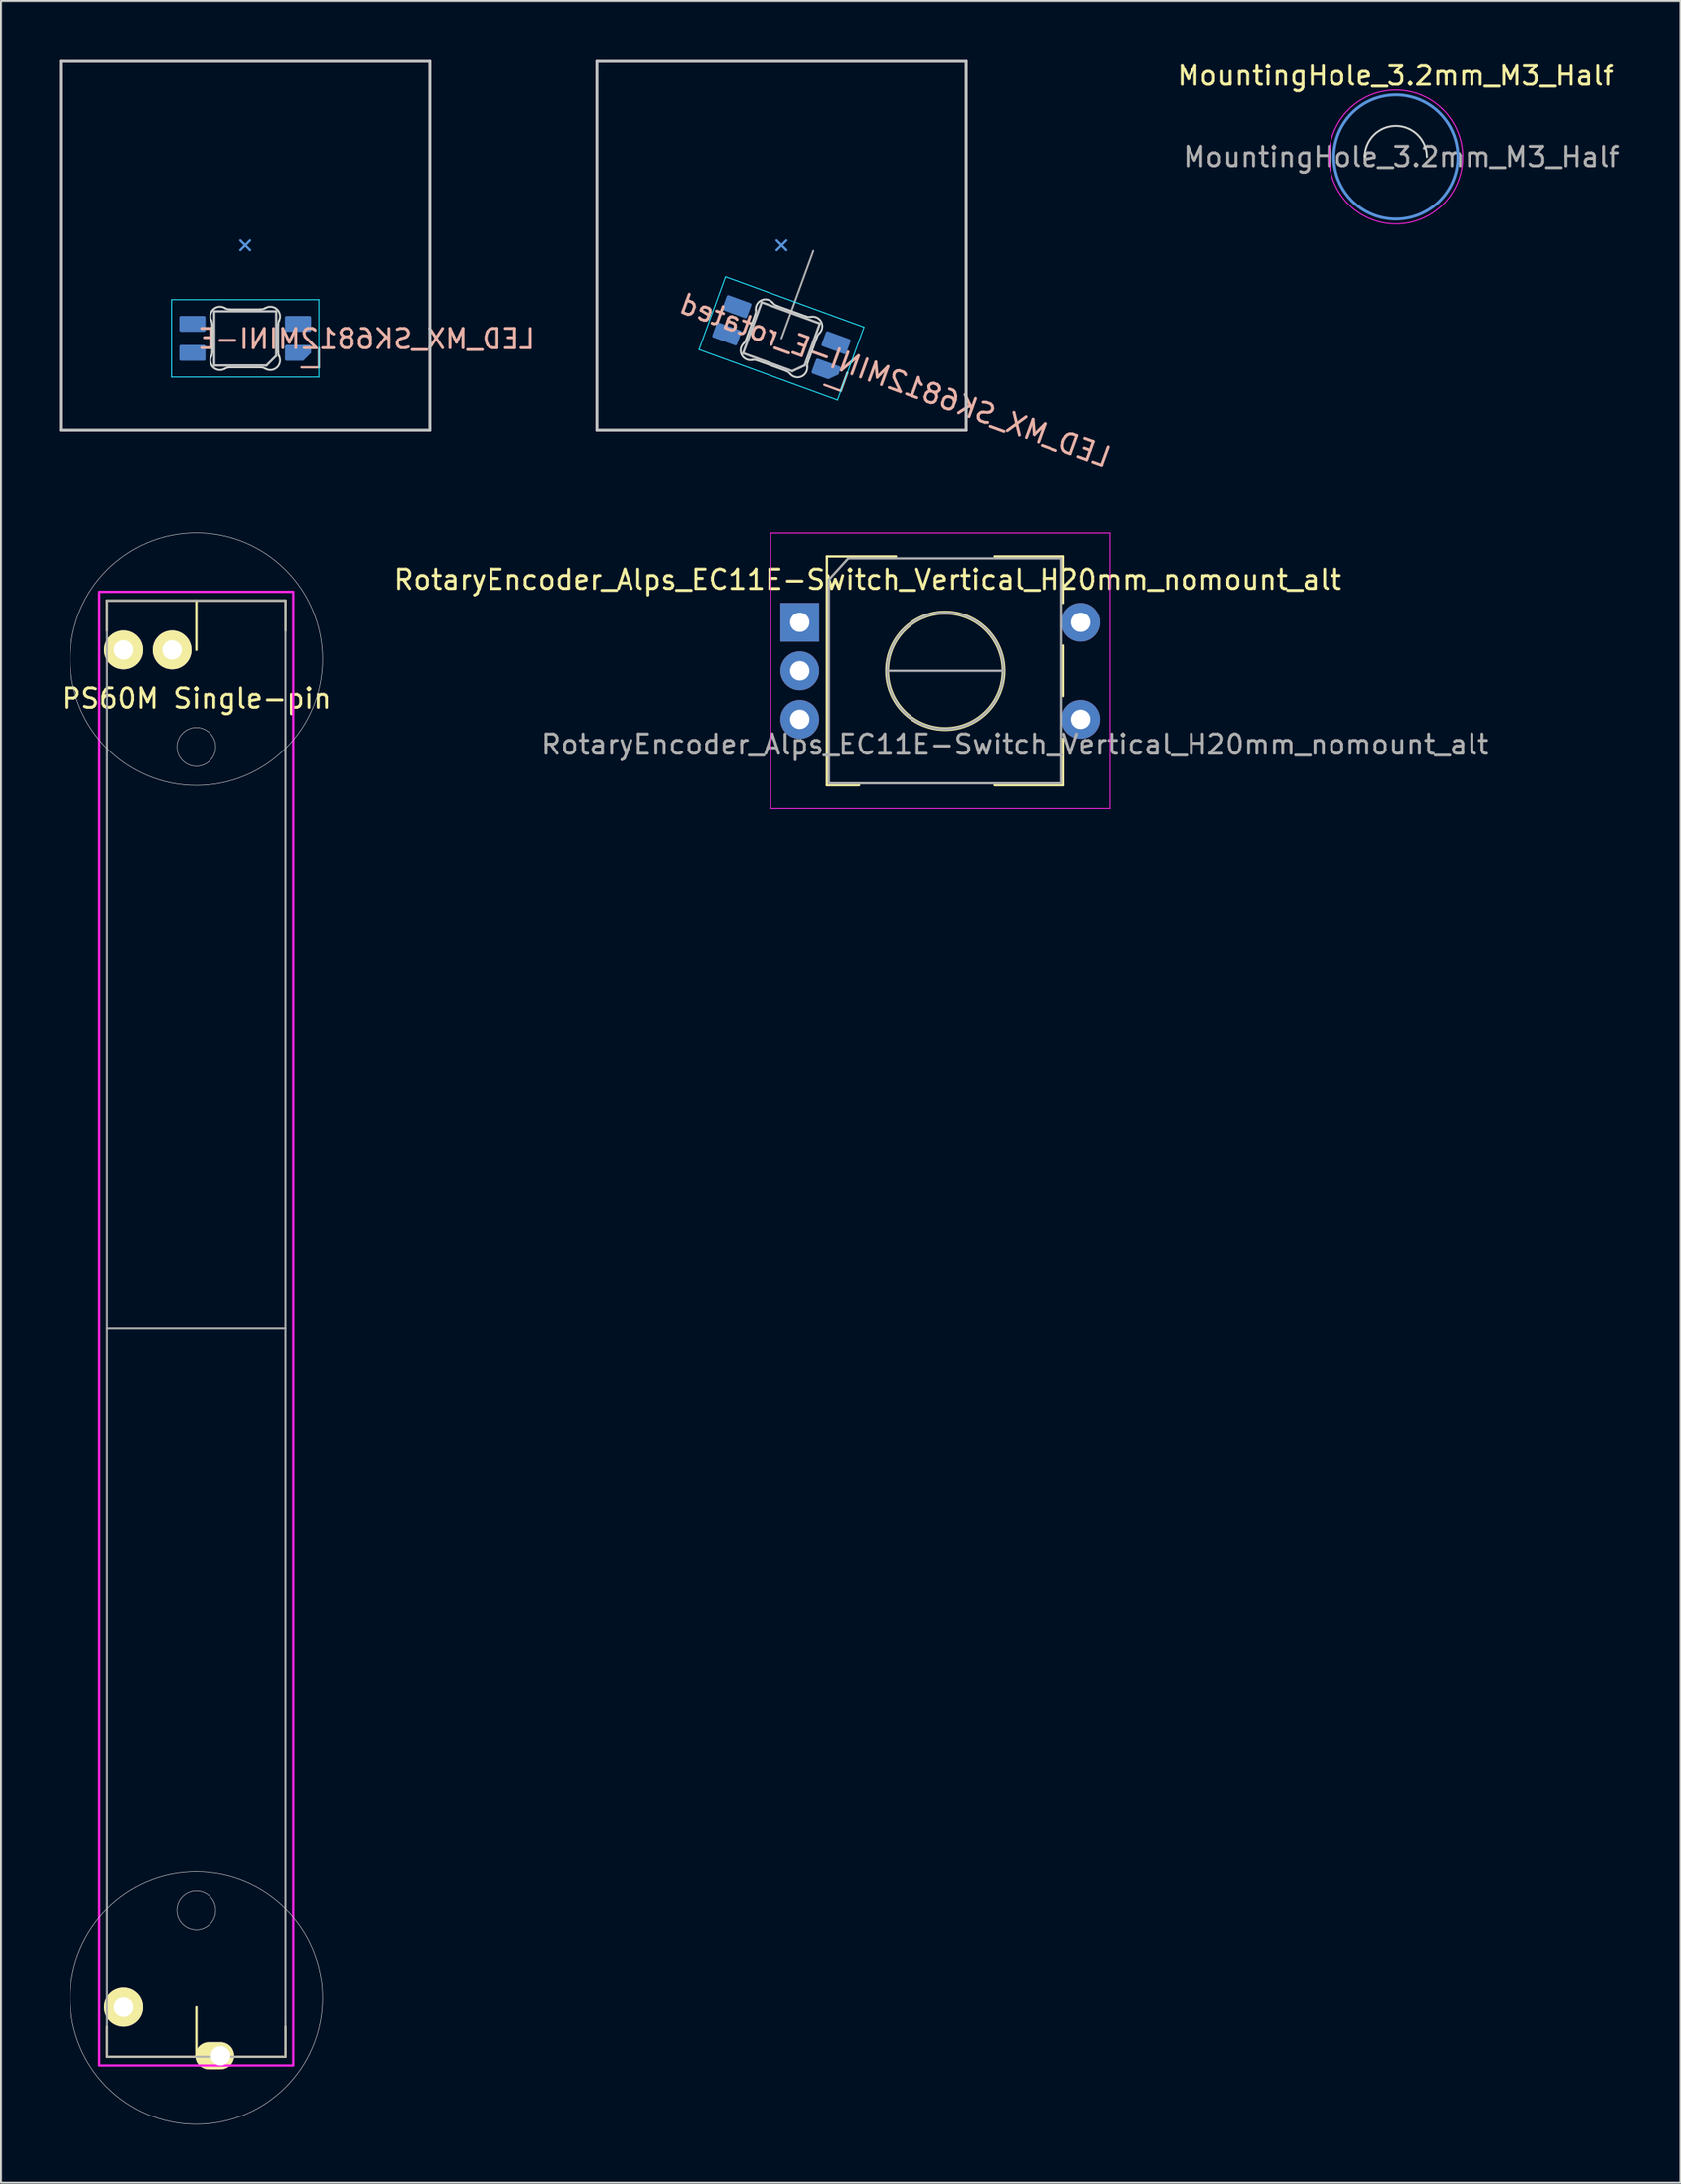
<source format=kicad_pcb>
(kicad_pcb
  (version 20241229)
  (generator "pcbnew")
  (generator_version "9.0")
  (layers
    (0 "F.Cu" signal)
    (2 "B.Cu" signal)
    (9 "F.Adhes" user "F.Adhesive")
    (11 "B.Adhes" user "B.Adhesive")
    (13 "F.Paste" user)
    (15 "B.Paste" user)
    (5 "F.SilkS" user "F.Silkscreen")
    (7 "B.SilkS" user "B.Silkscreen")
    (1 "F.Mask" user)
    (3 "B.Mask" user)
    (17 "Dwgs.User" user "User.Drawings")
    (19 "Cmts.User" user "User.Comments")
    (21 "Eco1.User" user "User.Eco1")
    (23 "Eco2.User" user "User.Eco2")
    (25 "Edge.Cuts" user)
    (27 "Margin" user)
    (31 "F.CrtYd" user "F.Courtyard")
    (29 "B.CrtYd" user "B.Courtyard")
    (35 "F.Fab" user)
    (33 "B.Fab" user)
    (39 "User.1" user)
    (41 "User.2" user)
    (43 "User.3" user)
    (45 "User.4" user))
  (footprint "LED_MX_SK6812MINI-E_rotated"
    (layer "F.Cu")
    (at 37.265 9.6)
    (property "Reference" "LED_MX_SK6812MINI-E_rotated" (at 5.863 6.966 340) (layer "B.SilkS") (effects (font (size 1 1) (thickness 0.15)) (justify mirror)))
    (attr smd)
    (fp_line (start 3.058 7.509) (end 2.212 7.201) (stroke (width 0.12) (type solid)) (layer "B.SilkS"))
    (fp_line (start 3.4 6.57) (end 3.058 7.509) (stroke (width 0.12) (type solid)) (layer "B.SilkS"))
    (fp_line (start -9.525 -9.525) (end 9.525 -9.525) (stroke (width 0.15) (type solid)) (layer "Dwgs.User"))
    (fp_line (start -9.525 9.525) (end -9.525 -9.525) (stroke (width 0.15) (type solid)) (layer "Dwgs.User"))
    (fp_line (start -1.982 5.568) (end 0.555 6.492) (stroke (width 0.12) (type solid)) (layer "Dwgs.User"))
    (fp_line (start -1.025 2.937) (end -1.982 5.568) (stroke (width 0.12) (type solid)) (layer "Dwgs.User"))
    (fp_line (start 1.196 6.193) (end 0.555 6.492) (stroke (width 0.12) (type solid)) (layer "Dwgs.User"))
    (fp_line (start 1.196 6.193) (end 1.982 4.032) (stroke (width 0.12) (type solid)) (layer "Dwgs.User"))
    (fp_line (start 1.982 4.032) (end -1.025 2.937) (stroke (width 0.12) (type solid)) (layer "Dwgs.User"))
    (fp_line (start 9.525 -9.525) (end 9.525 9.525) (stroke (width 0.15) (type solid)) (layer "Dwgs.User"))
    (fp_line (start 9.525 9.525) (end -9.525 9.525) (stroke (width 0.15) (type solid)) (layer "Dwgs.User"))
    (fp_line (start -0.25 0.25) (end 0 0) (stroke (width 0.12) (type solid)) (layer "Cmts.User"))
    (fp_line (start 0 0) (end -0.25 -0.25) (stroke (width 0.12) (type solid)) (layer "Cmts.User"))
    (fp_line (start 0 0) (end 0.25 -0.25) (stroke (width 0.12) (type solid)) (layer "Cmts.User"))
    (fp_line (start 0.25 0.25) (end 0 0) (stroke (width 0.12) (type solid)) (layer "Cmts.User"))
    (fp_line (start -1.838 4.879) (end -1.357 3.558) (stroke (width 0.1) (type solid)) (layer "Edge.Cuts"))
    (fp_line (start -0.234 3.119) (end 1.26 3.662) (stroke (width 0.1) (type solid)) (layer "Edge.Cuts"))
    (fp_line (start 0.234 6.481) (end -1.26 5.938) (stroke (width 0.1) (type solid)) (layer "Edge.Cuts"))
    (fp_line (start 1.838 4.721) (end 1.357 6.042) (stroke (width 0.1) (type solid)) (layer "Edge.Cuts"))
    (fp_arc (start -1.837863 4.879022) (mid -1.887677 4.979255) (end -1.95854 5.065894) (stroke (width 0.1) (type solid)) (layer "Edge.Cuts"))
    (fp_arc (start -1.519975 5.91572) (mid -2.053692 5.653075) (end -1.95854 5.065894) (stroke (width 0.1) (type solid)) (layer "Edge.Cuts"))
    (fp_arc (start -1.519975 5.915722) (mid -1.388304 5.909456) (end -1.259571 5.937819) (stroke (width 0.1) (type solid)) (layer "Edge.Cuts"))
    (fp_arc (start -1.329414 3.337386) (mid -1.330821 3.449307) (end -1.35709 3.55811) (stroke (width 0.1) (type solid)) (layer "Edge.Cuts"))
    (fp_arc (start -1.329414 3.337386) (mid -1.024872 2.826416) (end -0.447196 2.968284) (stroke (width 0.1) (type solid)) (layer "Edge.Cuts"))
    (fp_arc (start -0.233511 3.118741) (mid -0.350357 3.05772) (end -0.447196 2.968284) (stroke (width 0.1) (type solid)) (layer "Edge.Cuts"))
    (fp_arc (start 0.233512 6.481257) (mid 0.350358 6.542278) (end 0.447197 6.631714) (stroke (width 0.1) (type solid)) (layer "Edge.Cuts"))
    (fp_arc (start 1.329415 6.26261) (mid 1.024875 6.773584) (end 0.447197 6.631714) (stroke (width 0.1) (type solid)) (layer "Edge.Cuts"))
    (fp_arc (start 1.329415 6.262612) (mid 1.330822 6.150691) (end 1.357091 6.041888) (stroke (width 0.1) (type solid)) (layer "Edge.Cuts"))
    (fp_arc (start 1.519976 3.684277) (mid 1.388305 3.690542) (end 1.259572 3.66218) (stroke (width 0.1) (type solid)) (layer "Edge.Cuts"))
    (fp_arc (start 1.519976 3.684277) (mid 2.053693 3.946922) (end 1.95854 4.534104) (stroke (width 0.1) (type solid)) (layer "Edge.Cuts"))
    (fp_arc (start 1.837863 4.720977) (mid 1.887677 4.620744) (end 1.95854 4.534104) (stroke (width 0.1) (type solid)) (layer "Edge.Cuts"))
    (fp_line (start -4.255 5.38) (end 2.887 7.979) (stroke (width 0.05) (type solid)) (layer "B.CrtYd"))
    (fp_line (start -2.887 1.621) (end -4.255 5.38) (stroke (width 0.05) (type solid)) (layer "B.CrtYd"))
    (fp_line (start 2.887 7.979) (end 4.255 4.22) (stroke (width 0.05) (type solid)) (layer "B.CrtYd"))
    (fp_line (start 4.255 4.22) (end -2.887 1.621) (stroke (width 0.05) (type solid)) (layer "B.CrtYd"))
    (fp_line (start 1.642 0.289) (end 0 4.8) (stroke (width 0.1) (type solid)) (layer "F.Fab"))
    (fp_text user "switch center" (at 0 -1.17 0) (layer "User.2") (effects (font (size 1 1) (thickness 0.15))))
    (fp_text user "offset: 4.8" (at 1.026 1.981 340) (layer "User.2") (effects (font (size 1 1) (thickness 0.15))))
    (pad "1" smd roundrect (at -2.304 3.163 250) (size 0.82 1.35) (layers "B.Cu" "B.Mask" "B.Paste") (roundrect_rratio 0.1))
    (pad "2" smd roundrect (at -2.817 4.573 250) (size 0.82 1.35) (layers "B.Cu" "B.Mask" "B.Paste") (roundrect_rratio 0.1))
    (pad "3" smd roundrect (at 2.817 5.027 250) (size 0.82 1.35) (layers "B.Cu" "B.Mask" "B.Paste") (roundrect_rratio 0.1))
    (pad "4" smd roundrect (at 2.304 6.437 250) (size 0.82 1.35) (layers "B.Cu" "B.Mask" "B.Paste") (roundrect_rratio 0.1) (chamfer_ratio 0.5) (chamfer top_right)))
  (footprint "RotaryEncoder_Alps_EC11E-Switch_Vertical_H20mm_nomount_alt"
    (layer "F.Cu")
    (at 45.708 31.545)
    (property "Reference" "RotaryEncoder_Alps_EC11E-Switch_Vertical_H20mm_nomount_alt" (at -4 -4.7 0) (layer "F.SilkS") (effects (font (size 1 1) (thickness 0.15))))
    (attr through_hole)
    (fp_line (start -6.1 -5.9) (end -6.1 5.9) (stroke (width 0.12) (type solid)) (layer "F.SilkS"))
    (fp_line (start -4.445 5.9) (end -6.1 5.9) (stroke (width 0.12) (type solid)) (layer "F.SilkS"))
    (fp_line (start -2.54 -5.9) (end -6.1 -5.9) (stroke (width 0.12) (type solid)) (layer "F.SilkS"))
    (fp_line (start 2.54 -5.9) (end 6.1 -5.9) (stroke (width 0.12) (type solid)) (layer "F.SilkS"))
    (fp_line (start 6.1 -5.9) (end 6.1 -3.5) (stroke (width 0.12) (type solid)) (layer "F.SilkS"))
    (fp_line (start 6.1 -1.3) (end 6.1 1.3) (stroke (width 0.12) (type solid)) (layer "F.SilkS"))
    (fp_line (start 6.1 3.5) (end 6.1 5.9) (stroke (width 0.12) (type solid)) (layer "F.SilkS"))
    (fp_line (start 6.1 5.9) (end 2.54 5.9) (stroke (width 0.12) (type solid)) (layer "F.SilkS"))
    (fp_circle (center 0 0) (end 3 0) (stroke (width 0.2) (type solid)) (fill no) (layer "F.SilkS"))
    (fp_line (start -9 -7.1) (end -9 7.1) (stroke (width 0.05) (type solid)) (layer "F.CrtYd"))
    (fp_line (start -9 -7.1) (end 8.5 -7.1) (stroke (width 0.05) (type solid)) (layer "F.CrtYd"))
    (fp_line (start 8.5 7.1) (end -9 7.1) (stroke (width 0.05) (type solid)) (layer "F.CrtYd"))
    (fp_line (start 8.5 7.1) (end 8.5 -7.1) (stroke (width 0.05) (type solid)) (layer "F.CrtYd"))
    (fp_line (start -6 -4.7) (end -5 -5.8) (stroke (width 0.12) (type solid)) (layer "F.Fab"))
    (fp_line (start -6 5.8) (end -6 -4.7) (stroke (width 0.12) (type solid)) (layer "F.Fab"))
    (fp_line (start -5 -5.8) (end 6 -5.8) (stroke (width 0.12) (type solid)) (layer "F.Fab"))
    (fp_line (start -3 0) (end 3 0) (stroke (width 0.12) (type solid)) (layer "F.Fab"))
    (fp_line (start 6 -5.8) (end 6 5.8) (stroke (width 0.12) (type solid)) (layer "F.Fab"))
    (fp_line (start 6 5.8) (end -6 5.8) (stroke (width 0.12) (type solid)) (layer "F.Fab"))
    (fp_circle (center 0 0) (end 3 0) (stroke (width 0.12) (type solid)) (fill no) (layer "F.Fab"))
    (fp_text user "${REFERENCE}" (at 3.6 3.8 0) (layer "F.Fab") (effects (font (size 1 1) (thickness 0.15))))
    (pad "A" thru_hole rect (at -7.5 -2.5) (size 2 2) (drill 1) (layers "*.Cu" "*.Mask"))
    (pad "B" thru_hole circle (at -7.5 2.5) (size 2 2) (drill 1) (layers "*.Cu" "*.Mask"))
    (pad "C" thru_hole circle (at -7.5 0) (size 2 2) (drill 1) (layers "*.Cu" "*.Mask"))
    (pad "S1" thru_hole circle (at 7 2.5) (size 2 2) (drill 1) (layers "*.Cu" "*.Mask"))
    (pad "S2" thru_hole circle (at 7 -2.5) (size 2 2) (drill 1) (layers "*.Cu" "*.Mask")))
  (footprint "LED_MX_SK6812MINI-E"
    (layer "F.Cu")
    (at 9.6 9.6)
    (property "Reference" "LED_MX_SK6812MINI-E" (at 6.25 4.83 0) (layer "B.SilkS") (effects (font (size 1 1) (thickness 0.15)) (justify mirror)))
    (attr smd)
    (fp_line (start 3.8 5.3) (end 3.8 6.3) (stroke (width 0.12) (type solid)) (layer "B.SilkS"))
    (fp_line (start 3.8 6.3) (end 2.9 6.3) (stroke (width 0.12) (type solid)) (layer "B.SilkS"))
    (fp_line (start -9.525 -9.525) (end 9.525 -9.525) (stroke (width 0.15) (type solid)) (layer "Dwgs.User"))
    (fp_line (start -9.525 9.525) (end -9.525 -9.525) (stroke (width 0.15) (type solid)) (layer "Dwgs.User"))
    (fp_line (start -1.6 3.4) (end -1.6 6.2) (stroke (width 0.12) (type solid)) (layer "Dwgs.User"))
    (fp_line (start -1.6 6.2) (end 1.1 6.2) (stroke (width 0.12) (type solid)) (layer "Dwgs.User"))
    (fp_line (start 1.6 3.4) (end -1.6 3.4) (stroke (width 0.12) (type solid)) (layer "Dwgs.User"))
    (fp_line (start 1.6 5.7) (end 1.1 6.2) (stroke (width 0.12) (type solid)) (layer "Dwgs.User"))
    (fp_line (start 1.6 5.7) (end 1.6 3.4) (stroke (width 0.12) (type solid)) (layer "Dwgs.User"))
    (fp_line (start 9.525 -9.525) (end 9.525 9.525) (stroke (width 0.15) (type solid)) (layer "Dwgs.User"))
    (fp_line (start 9.525 9.525) (end -9.525 9.525) (stroke (width 0.15) (type solid)) (layer "Dwgs.User"))
    (fp_line (start -0.25 0.25) (end 0 0) (stroke (width 0.12) (type solid)) (layer "Cmts.User"))
    (fp_line (start 0 0) (end -0.25 -0.25) (stroke (width 0.12) (type solid)) (layer "Cmts.User"))
    (fp_line (start 0 0) (end 0.25 -0.25) (stroke (width 0.12) (type solid)) (layer "Cmts.User"))
    (fp_line (start 0.25 0.25) (end 0 0) (stroke (width 0.12) (type solid)) (layer "Cmts.User"))
    (fp_line (start -1.7 5.503) (end -1.7 4.097) (stroke (width 0.1) (type solid)) (layer "Edge.Cuts"))
    (fp_line (start -0.794 3.3) (end 0.794 3.3) (stroke (width 0.1) (type solid)) (layer "Edge.Cuts"))
    (fp_line (start 0.794 6.3) (end -0.794 6.3) (stroke (width 0.1) (type solid)) (layer "Edge.Cuts"))
    (fp_line (start 1.7 4.097) (end 1.7 5.503) (stroke (width 0.1) (type solid)) (layer "Edge.Cuts"))
    (fp_arc (start -1.749484 3.880279) (mid -1.712527 3.985931) (end -1.699999 4.097157) (stroke (width 0.1) (type solid)) (layer "Edge.Cuts"))
    (fp_arc (start -1.749484 3.880279) (mid -1.638071 3.295964) (end -1.046711 3.2317) (stroke (width 0.1) (type solid)) (layer "Edge.Cuts"))
    (fp_arc (start -1.699999 5.502842) (mid -1.712527 5.614067) (end -1.749484 5.719719) (stroke (width 0.1) (type solid)) (layer "Edge.Cuts"))
    (fp_arc (start -1.046711 6.368296) (mid -1.63807 6.304033) (end -1.749484 5.719719) (stroke (width 0.1) (type solid)) (layer "Edge.Cuts"))
    (fp_arc (start -1.04671 6.368298) (mid -0.925122 6.317376) (end -0.794452 6.299999) (stroke (width 0.1) (type solid)) (layer "Edge.Cuts"))
    (fp_arc (start -0.794453 3.299999) (mid -0.925123 3.282622) (end -1.046711 3.2317) (stroke (width 0.1) (type solid)) (layer "Edge.Cuts"))
    (fp_arc (start 0.794452 6.299999) (mid 0.925123 6.317376) (end 1.046711 6.368298) (stroke (width 0.1) (type solid)) (layer "Edge.Cuts"))
    (fp_arc (start 1.046711 3.231701) (mid 0.925123 3.282623) (end 0.794453 3.3) (stroke (width 0.1) (type solid)) (layer "Edge.Cuts"))
    (fp_arc (start 1.046711 3.231701) (mid 1.63807 3.295965) (end 1.749484 3.880279) (stroke (width 0.1) (type solid)) (layer "Edge.Cuts"))
    (fp_arc (start 1.699999 4.097156) (mid 1.712527 3.985931) (end 1.749484 3.880279) (stroke (width 0.1) (type solid)) (layer "Edge.Cuts"))
    (fp_arc (start 1.749484 5.719718) (mid 1.638072 6.304034) (end 1.046711 6.368298) (stroke (width 0.1) (type solid)) (layer "Edge.Cuts"))
    (fp_arc (start 1.749484 5.719719) (mid 1.712527 5.614067) (end 1.699999 5.502841) (stroke (width 0.1) (type solid)) (layer "Edge.Cuts"))
    (fp_line (start -3.8 2.8) (end -3.8 6.8) (stroke (width 0.05) (type solid)) (layer "B.CrtYd"))
    (fp_line (start -3.8 6.8) (end 3.8 6.8) (stroke (width 0.05) (type solid)) (layer "B.CrtYd"))
    (fp_line (start 3.8 2.8) (end -3.8 2.8) (stroke (width 0.05) (type solid)) (layer "B.CrtYd"))
    (fp_line (start 3.8 6.8) (end 3.8 2.8) (stroke (width 0.05) (type solid)) (layer "B.CrtYd"))
    (fp_text user "switch center" (at 0 -1.17 0) (layer "User.2") (effects (font (size 1 1) (thickness 0.15))))
    (fp_text user "offset: 4.8" (at 0 1.8 0) (layer "User.2") (effects (font (size 1 1) (thickness 0.15))))
    (pad "1" smd roundrect (at -2.725 4.05 270) (size 0.82 1.35) (layers "B.Cu" "B.Mask" "B.Paste") (roundrect_rratio 0.1))
    (pad "2" smd roundrect (at -2.725 5.55 270) (size 0.82 1.35) (layers "B.Cu" "B.Mask" "B.Paste") (roundrect_rratio 0.1))
    (pad "3" smd roundrect (at 2.725 5.55 270) (size 0.82 1.35) (layers "B.Cu" "B.Mask" "B.Paste") (roundrect_rratio 0.1) (chamfer_ratio 0.5) (chamfer top_right))
    (pad "4" smd roundrect (at 2.725 4.05 270) (size 0.82 1.35) (layers "B.Cu" "B.Mask" "B.Paste") (roundrect_rratio 0.1)))
  (footprint "PS60M Single-pin"
    (layer "F.Cu")
    (at 7.077 65.469)
    (property "Reference" "PS60M Single-pin" (at 0 -32.5 0) (layer "F.SilkS") (effects (font (size 1 1) (thickness 0.15))))
    (attr through_hole)
    (fp_line (start -4.6 -37.55) (end -4.6 -36) (stroke (width 0.12) (type solid)) (layer "F.SilkS"))
    (fp_line (start -4.6 -37.55) (end 4.6 -37.55) (stroke (width 0.12) (type solid)) (layer "F.SilkS"))
    (fp_line (start -4.6 37.55) (end -4.6 36) (stroke (width 0.12) (type solid)) (layer "F.SilkS"))
    (fp_line (start -4.6 37.55) (end 4.6 37.55) (stroke (width 0.12) (type solid)) (layer "F.SilkS"))
    (fp_line (start 0 -37.55) (end 0 -35) (stroke (width 0.12) (type solid)) (layer "F.SilkS"))
    (fp_line (start 0 35) (end 0 37.55) (stroke (width 0.12) (type solid)) (layer "F.SilkS"))
    (fp_line (start 4.6 -37.55) (end 4.6 -36) (stroke (width 0.12) (type solid)) (layer "F.SilkS"))
    (fp_line (start 4.6 37.55) (end 4.6 36) (stroke (width 0.12) (type solid)) (layer "F.SilkS"))
    (fp_circle (center 0 -34.524) (end 6.51 -34.524) (stroke (width 0.03) (type solid)) (fill no) (layer "Dwgs.User"))
    (fp_circle (center 0 -30) (end 1 -30) (stroke (width 0.03) (type solid)) (fill no) (layer "Dwgs.User"))
    (fp_circle (center 0 30) (end 1 30) (stroke (width 0.03) (type solid)) (fill no) (layer "Dwgs.User"))
    (fp_circle (center 0 34.524) (end 6.51 34.524) (stroke (width 0.03) (type solid)) (fill no) (layer "Dwgs.User"))
    (fp_rect (start -5 -38) (end 5 38) (stroke (width 0.12) (type solid)) (fill no) (layer "F.CrtYd"))
    (fp_line (start -4.6 0) (end 4.6 0) (stroke (width 0.1) (type solid)) (layer "F.Fab"))
    (fp_rect (start -4.6 -37.55) (end 4.6 37.55) (stroke (width 0.1) (type solid)) (fill no) (layer "F.Fab"))
    (pad "1B" thru_hole circle (at -3.75 -35) (size 2 2) (drill 1) (layers "*.Cu" "B.Mask" "F.SilkS"))
    (pad "2B" thru_hole circle (at -1.25 -35) (size 2 2) (drill 1) (layers "*.Cu" "B.Mask" "F.SilkS"))
    (pad "3" thru_hole oval (at 1.25 37.5) (size 2 1.4) (drill 1 (offset -0.3 0)) (layers "*.Cu" "B.Mask" "F.SilkS"))
    (pad "3B" thru_hole circle (at -3.75 35) (size 2 2) (drill 1) (layers "*.Cu" "B.Mask" "F.SilkS")))
  (footprint "MountingHole_3.2mm_M3_Half"
    (layer "F.Cu")
    (at 68.953 5.048)
    (property "Reference" "MountingHole_3.2mm_M3_Half" (at 0 -4.2 0) (layer "F.SilkS") (effects (font (size 1 1) (thickness 0.15))))
    (attr exclude_from_pos_files exclude_from_bom)
    (fp_circle (center 0 0) (end 3.2 0) (stroke (width 0.15) (type solid)) (fill no) (layer "Cmts.User"))
    (fp_arc (start -1.6 0) (mid 0 -1.6) (end 1.6 0) (stroke (width 0.1) (type solid)) (layer "Edge.Cuts"))
    (fp_circle (center 0 0) (end 3.45 0) (stroke (width 0.05) (type solid)) (fill no) (layer "F.CrtYd"))
    (fp_text user "${REFERENCE}" (at 0.3 0 0) (layer "F.Fab") (effects (font (size 1 1) (thickness 0.15)))))
  (gr_rect
    (start -3 -3)
    (end 83.64 109.518)
    (stroke (width 0.1) (type default))
    (fill no)
    (layer "Edge.Cuts")))
</source>
